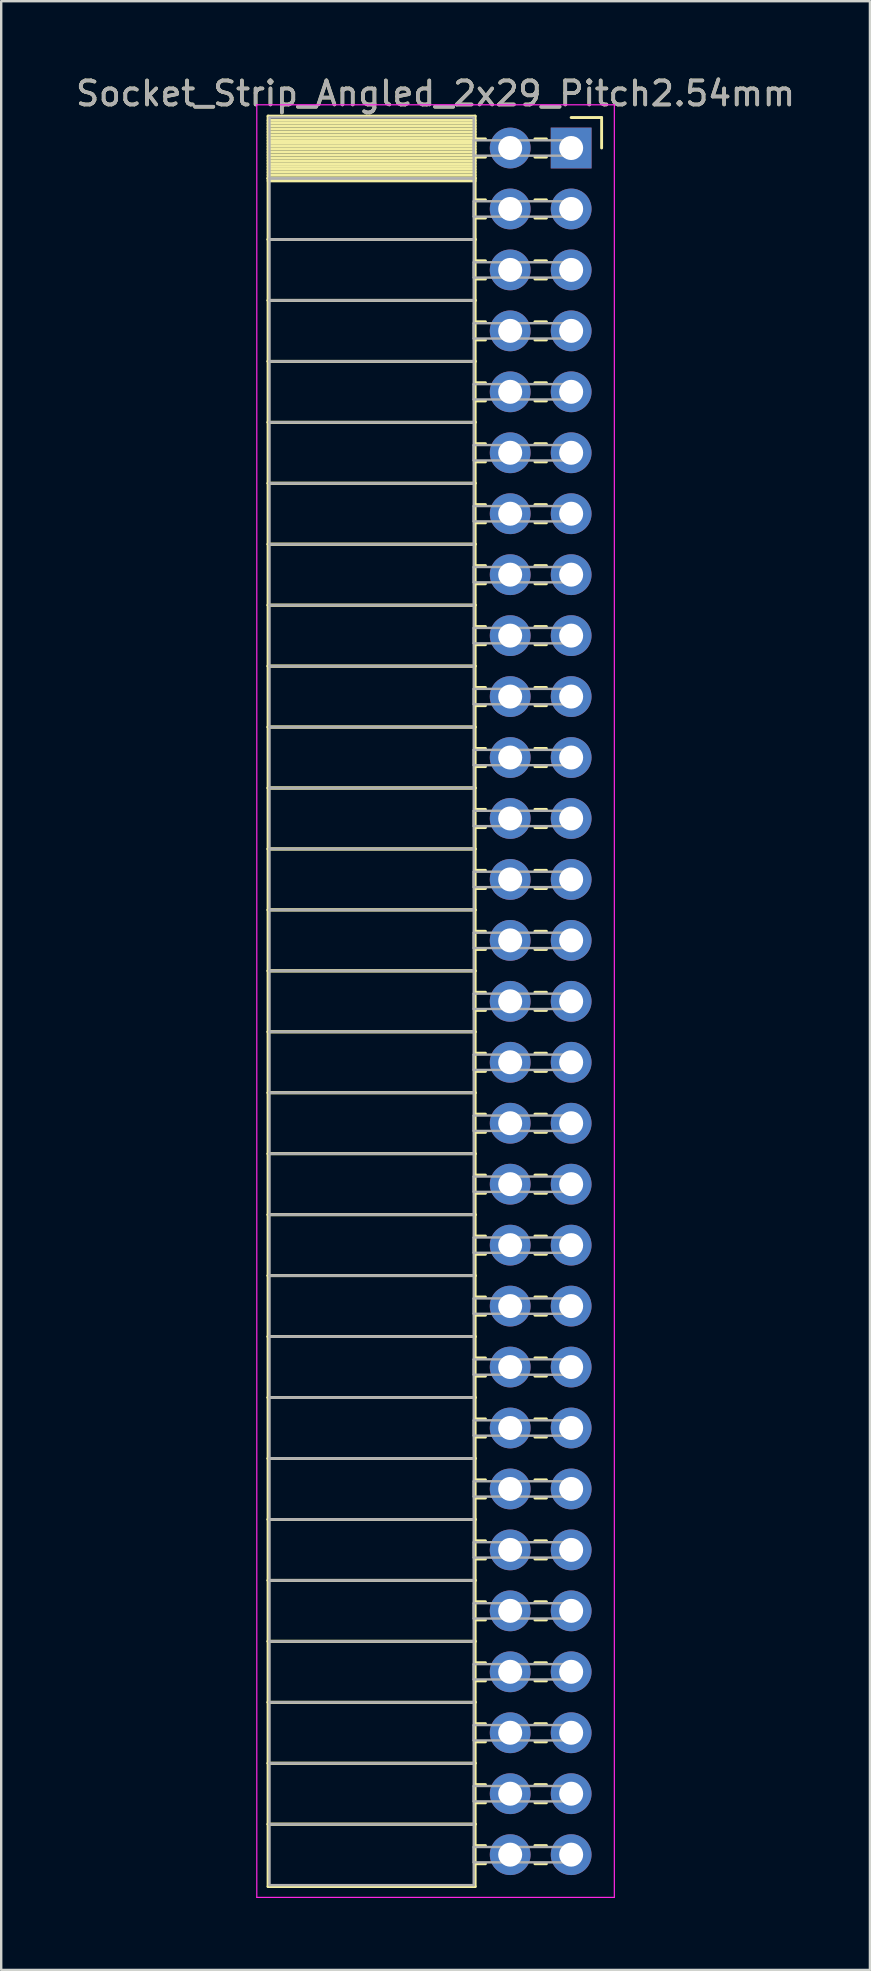
<source format=kicad_pcb>
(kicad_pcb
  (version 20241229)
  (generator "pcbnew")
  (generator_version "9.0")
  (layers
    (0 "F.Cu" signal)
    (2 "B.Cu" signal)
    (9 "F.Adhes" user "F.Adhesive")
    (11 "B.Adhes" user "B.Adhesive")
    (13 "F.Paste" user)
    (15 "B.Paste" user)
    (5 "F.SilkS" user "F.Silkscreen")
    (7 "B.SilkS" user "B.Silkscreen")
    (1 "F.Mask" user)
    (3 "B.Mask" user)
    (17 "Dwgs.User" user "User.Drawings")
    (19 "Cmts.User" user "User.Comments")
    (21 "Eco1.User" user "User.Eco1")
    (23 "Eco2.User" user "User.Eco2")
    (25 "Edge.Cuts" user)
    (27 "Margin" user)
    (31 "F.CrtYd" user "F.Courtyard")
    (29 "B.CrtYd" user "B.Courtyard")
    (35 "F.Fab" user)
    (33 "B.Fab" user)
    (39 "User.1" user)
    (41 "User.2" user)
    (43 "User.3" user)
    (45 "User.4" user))
  (footprint "Socket_Strip_Angled_2x29_Pitch2.54mm"
    (layer "F.Cu")
    (at 20.751 3.118)
    (property "Reference" "Socket_Strip_Angled_2x29_Pitch2.54mm" (at -5.65 -2.27 0) (layer "F.SilkS") (effects (font (size 1 1) (thickness 0.15))))
    (attr through_hole)
    (fp_line (start -12.63 -1.33) (end -4 -1.33) (stroke (width 0.12) (type solid)) (layer "F.SilkS"))
    (fp_line (start -12.63 1.27) (end -12.63 -1.33) (stroke (width 0.12) (type solid)) (layer "F.SilkS"))
    (fp_line (start -12.63 1.27) (end -4 1.27) (stroke (width 0.12) (type solid)) (layer "F.SilkS"))
    (fp_line (start -12.63 3.81) (end -12.63 1.27) (stroke (width 0.12) (type solid)) (layer "F.SilkS"))
    (fp_line (start -12.63 3.81) (end -4 3.81) (stroke (width 0.12) (type solid)) (layer "F.SilkS"))
    (fp_line (start -12.63 6.35) (end -12.63 3.81) (stroke (width 0.12) (type solid)) (layer "F.SilkS"))
    (fp_line (start -12.63 6.35) (end -4 6.35) (stroke (width 0.12) (type solid)) (layer "F.SilkS"))
    (fp_line (start -12.63 8.89) (end -12.63 6.35) (stroke (width 0.12) (type solid)) (layer "F.SilkS"))
    (fp_line (start -12.63 8.89) (end -4 8.89) (stroke (width 0.12) (type solid)) (layer "F.SilkS"))
    (fp_line (start -12.63 11.43) (end -12.63 8.89) (stroke (width 0.12) (type solid)) (layer "F.SilkS"))
    (fp_line (start -12.63 11.43) (end -4 11.43) (stroke (width 0.12) (type solid)) (layer "F.SilkS"))
    (fp_line (start -12.63 13.97) (end -12.63 11.43) (stroke (width 0.12) (type solid)) (layer "F.SilkS"))
    (fp_line (start -12.63 13.97) (end -4 13.97) (stroke (width 0.12) (type solid)) (layer "F.SilkS"))
    (fp_line (start -12.63 16.51) (end -12.63 13.97) (stroke (width 0.12) (type solid)) (layer "F.SilkS"))
    (fp_line (start -12.63 16.51) (end -4 16.51) (stroke (width 0.12) (type solid)) (layer "F.SilkS"))
    (fp_line (start -12.63 19.05) (end -12.63 16.51) (stroke (width 0.12) (type solid)) (layer "F.SilkS"))
    (fp_line (start -12.63 19.05) (end -4 19.05) (stroke (width 0.12) (type solid)) (layer "F.SilkS"))
    (fp_line (start -12.63 21.59) (end -12.63 19.05) (stroke (width 0.12) (type solid)) (layer "F.SilkS"))
    (fp_line (start -12.63 21.59) (end -4 21.59) (stroke (width 0.12) (type solid)) (layer "F.SilkS"))
    (fp_line (start -12.63 24.13) (end -12.63 21.59) (stroke (width 0.12) (type solid)) (layer "F.SilkS"))
    (fp_line (start -12.63 24.13) (end -4 24.13) (stroke (width 0.12) (type solid)) (layer "F.SilkS"))
    (fp_line (start -12.63 26.67) (end -12.63 24.13) (stroke (width 0.12) (type solid)) (layer "F.SilkS"))
    (fp_line (start -12.63 26.67) (end -4 26.67) (stroke (width 0.12) (type solid)) (layer "F.SilkS"))
    (fp_line (start -12.63 29.21) (end -12.63 26.67) (stroke (width 0.12) (type solid)) (layer "F.SilkS"))
    (fp_line (start -12.63 29.21) (end -4 29.21) (stroke (width 0.12) (type solid)) (layer "F.SilkS"))
    (fp_line (start -12.63 31.75) (end -12.63 29.21) (stroke (width 0.12) (type solid)) (layer "F.SilkS"))
    (fp_line (start -12.63 31.75) (end -4 31.75) (stroke (width 0.12) (type solid)) (layer "F.SilkS"))
    (fp_line (start -12.63 34.29) (end -12.63 31.75) (stroke (width 0.12) (type solid)) (layer "F.SilkS"))
    (fp_line (start -12.63 34.29) (end -4 34.29) (stroke (width 0.12) (type solid)) (layer "F.SilkS"))
    (fp_line (start -12.63 36.83) (end -12.63 34.29) (stroke (width 0.12) (type solid)) (layer "F.SilkS"))
    (fp_line (start -12.63 36.83) (end -4 36.83) (stroke (width 0.12) (type solid)) (layer "F.SilkS"))
    (fp_line (start -12.63 39.37) (end -12.63 36.83) (stroke (width 0.12) (type solid)) (layer "F.SilkS"))
    (fp_line (start -12.63 39.37) (end -4 39.37) (stroke (width 0.12) (type solid)) (layer "F.SilkS"))
    (fp_line (start -12.63 41.91) (end -12.63 39.37) (stroke (width 0.12) (type solid)) (layer "F.SilkS"))
    (fp_line (start -12.63 41.91) (end -4 41.91) (stroke (width 0.12) (type solid)) (layer "F.SilkS"))
    (fp_line (start -12.63 44.45) (end -12.63 41.91) (stroke (width 0.12) (type solid)) (layer "F.SilkS"))
    (fp_line (start -12.63 44.45) (end -4 44.45) (stroke (width 0.12) (type solid)) (layer "F.SilkS"))
    (fp_line (start -12.63 46.99) (end -12.63 44.45) (stroke (width 0.12) (type solid)) (layer "F.SilkS"))
    (fp_line (start -12.63 46.99) (end -4 46.99) (stroke (width 0.12) (type solid)) (layer "F.SilkS"))
    (fp_line (start -12.63 49.53) (end -12.63 46.99) (stroke (width 0.12) (type solid)) (layer "F.SilkS"))
    (fp_line (start -12.63 49.53) (end -4 49.53) (stroke (width 0.12) (type solid)) (layer "F.SilkS"))
    (fp_line (start -12.63 52.07) (end -12.63 49.53) (stroke (width 0.12) (type solid)) (layer "F.SilkS"))
    (fp_line (start -12.63 52.07) (end -4 52.07) (stroke (width 0.12) (type solid)) (layer "F.SilkS"))
    (fp_line (start -12.63 54.61) (end -12.63 52.07) (stroke (width 0.12) (type solid)) (layer "F.SilkS"))
    (fp_line (start -12.63 54.61) (end -4 54.61) (stroke (width 0.12) (type solid)) (layer "F.SilkS"))
    (fp_line (start -12.63 57.15) (end -12.63 54.61) (stroke (width 0.12) (type solid)) (layer "F.SilkS"))
    (fp_line (start -12.63 57.15) (end -4 57.15) (stroke (width 0.12) (type solid)) (layer "F.SilkS"))
    (fp_line (start -12.63 59.69) (end -12.63 57.15) (stroke (width 0.12) (type solid)) (layer "F.SilkS"))
    (fp_line (start -12.63 59.69) (end -4 59.69) (stroke (width 0.12) (type solid)) (layer "F.SilkS"))
    (fp_line (start -12.63 62.23) (end -12.63 59.69) (stroke (width 0.12) (type solid)) (layer "F.SilkS"))
    (fp_line (start -12.63 62.23) (end -4 62.23) (stroke (width 0.12) (type solid)) (layer "F.SilkS"))
    (fp_line (start -12.63 64.77) (end -12.63 62.23) (stroke (width 0.12) (type solid)) (layer "F.SilkS"))
    (fp_line (start -12.63 64.77) (end -4 64.77) (stroke (width 0.12) (type solid)) (layer "F.SilkS"))
    (fp_line (start -12.63 67.31) (end -12.63 64.77) (stroke (width 0.12) (type solid)) (layer "F.SilkS"))
    (fp_line (start -12.63 67.31) (end -4 67.31) (stroke (width 0.12) (type solid)) (layer "F.SilkS"))
    (fp_line (start -12.63 69.85) (end -12.63 67.31) (stroke (width 0.12) (type solid)) (layer "F.SilkS"))
    (fp_line (start -12.63 69.85) (end -4 69.85) (stroke (width 0.12) (type solid)) (layer "F.SilkS"))
    (fp_line (start -12.63 72.45) (end -12.63 69.85) (stroke (width 0.12) (type solid)) (layer "F.SilkS"))
    (fp_line (start -4 -1.33) (end -4 1.27) (stroke (width 0.12) (type solid)) (layer "F.SilkS"))
    (fp_line (start -4 -1.15) (end -12.63 -1.15) (stroke (width 0.12) (type solid)) (layer "F.SilkS"))
    (fp_line (start -4 -1.03) (end -12.63 -1.03) (stroke (width 0.12) (type solid)) (layer "F.SilkS"))
    (fp_line (start -4 -0.91) (end -12.63 -0.91) (stroke (width 0.12) (type solid)) (layer "F.SilkS"))
    (fp_line (start -4 -0.79) (end -12.63 -0.79) (stroke (width 0.12) (type solid)) (layer "F.SilkS"))
    (fp_line (start -4 -0.67) (end -12.63 -0.67) (stroke (width 0.12) (type solid)) (layer "F.SilkS"))
    (fp_line (start -4 -0.55) (end -12.63 -0.55) (stroke (width 0.12) (type solid)) (layer "F.SilkS"))
    (fp_line (start -4 -0.43) (end -12.63 -0.43) (stroke (width 0.12) (type solid)) (layer "F.SilkS"))
    (fp_line (start -4 -0.31) (end -12.63 -0.31) (stroke (width 0.12) (type solid)) (layer "F.SilkS"))
    (fp_line (start -4 -0.19) (end -12.63 -0.19) (stroke (width 0.12) (type solid)) (layer "F.SilkS"))
    (fp_line (start -4 -0.07) (end -12.63 -0.07) (stroke (width 0.12) (type solid)) (layer "F.SilkS"))
    (fp_line (start -4 0.05) (end -12.63 0.05) (stroke (width 0.12) (type solid)) (layer "F.SilkS"))
    (fp_line (start -4 0.17) (end -12.63 0.17) (stroke (width 0.12) (type solid)) (layer "F.SilkS"))
    (fp_line (start -4 0.29) (end -12.63 0.29) (stroke (width 0.12) (type solid)) (layer "F.SilkS"))
    (fp_line (start -4 0.41) (end -12.63 0.41) (stroke (width 0.12) (type solid)) (layer "F.SilkS"))
    (fp_line (start -4 0.53) (end -12.63 0.53) (stroke (width 0.12) (type solid)) (layer "F.SilkS"))
    (fp_line (start -4 0.65) (end -12.63 0.65) (stroke (width 0.12) (type solid)) (layer "F.SilkS"))
    (fp_line (start -4 0.77) (end -12.63 0.77) (stroke (width 0.12) (type solid)) (layer "F.SilkS"))
    (fp_line (start -4 0.89) (end -12.63 0.89) (stroke (width 0.12) (type solid)) (layer "F.SilkS"))
    (fp_line (start -4 1.01) (end -12.63 1.01) (stroke (width 0.12) (type solid)) (layer "F.SilkS"))
    (fp_line (start -4 1.13) (end -12.63 1.13) (stroke (width 0.12) (type solid)) (layer "F.SilkS"))
    (fp_line (start -4 1.25) (end -12.63 1.25) (stroke (width 0.12) (type solid)) (layer "F.SilkS"))
    (fp_line (start -4 1.27) (end -12.63 1.27) (stroke (width 0.12) (type solid)) (layer "F.SilkS"))
    (fp_line (start -4 1.27) (end -4 3.81) (stroke (width 0.12) (type solid)) (layer "F.SilkS"))
    (fp_line (start -4 1.37) (end -12.63 1.37) (stroke (width 0.12) (type solid)) (layer "F.SilkS"))
    (fp_line (start -4 3.81) (end -12.63 3.81) (stroke (width 0.12) (type solid)) (layer "F.SilkS"))
    (fp_line (start -4 3.81) (end -4 6.35) (stroke (width 0.12) (type solid)) (layer "F.SilkS"))
    (fp_line (start -4 6.35) (end -12.63 6.35) (stroke (width 0.12) (type solid)) (layer "F.SilkS"))
    (fp_line (start -4 6.35) (end -4 8.89) (stroke (width 0.12) (type solid)) (layer "F.SilkS"))
    (fp_line (start -4 8.89) (end -12.63 8.89) (stroke (width 0.12) (type solid)) (layer "F.SilkS"))
    (fp_line (start -4 8.89) (end -4 11.43) (stroke (width 0.12) (type solid)) (layer "F.SilkS"))
    (fp_line (start -4 11.43) (end -12.63 11.43) (stroke (width 0.12) (type solid)) (layer "F.SilkS"))
    (fp_line (start -4 11.43) (end -4 13.97) (stroke (width 0.12) (type solid)) (layer "F.SilkS"))
    (fp_line (start -4 13.97) (end -12.63 13.97) (stroke (width 0.12) (type solid)) (layer "F.SilkS"))
    (fp_line (start -4 13.97) (end -4 16.51) (stroke (width 0.12) (type solid)) (layer "F.SilkS"))
    (fp_line (start -4 16.51) (end -12.63 16.51) (stroke (width 0.12) (type solid)) (layer "F.SilkS"))
    (fp_line (start -4 16.51) (end -4 19.05) (stroke (width 0.12) (type solid)) (layer "F.SilkS"))
    (fp_line (start -4 19.05) (end -12.63 19.05) (stroke (width 0.12) (type solid)) (layer "F.SilkS"))
    (fp_line (start -4 19.05) (end -4 21.59) (stroke (width 0.12) (type solid)) (layer "F.SilkS"))
    (fp_line (start -4 21.59) (end -12.63 21.59) (stroke (width 0.12) (type solid)) (layer "F.SilkS"))
    (fp_line (start -4 21.59) (end -4 24.13) (stroke (width 0.12) (type solid)) (layer "F.SilkS"))
    (fp_line (start -4 24.13) (end -12.63 24.13) (stroke (width 0.12) (type solid)) (layer "F.SilkS"))
    (fp_line (start -4 24.13) (end -4 26.67) (stroke (width 0.12) (type solid)) (layer "F.SilkS"))
    (fp_line (start -4 26.67) (end -12.63 26.67) (stroke (width 0.12) (type solid)) (layer "F.SilkS"))
    (fp_line (start -4 26.67) (end -4 29.21) (stroke (width 0.12) (type solid)) (layer "F.SilkS"))
    (fp_line (start -4 29.21) (end -12.63 29.21) (stroke (width 0.12) (type solid)) (layer "F.SilkS"))
    (fp_line (start -4 29.21) (end -4 31.75) (stroke (width 0.12) (type solid)) (layer "F.SilkS"))
    (fp_line (start -4 31.75) (end -12.63 31.75) (stroke (width 0.12) (type solid)) (layer "F.SilkS"))
    (fp_line (start -4 31.75) (end -4 34.29) (stroke (width 0.12) (type solid)) (layer "F.SilkS"))
    (fp_line (start -4 34.29) (end -12.63 34.29) (stroke (width 0.12) (type solid)) (layer "F.SilkS"))
    (fp_line (start -4 34.29) (end -4 36.83) (stroke (width 0.12) (type solid)) (layer "F.SilkS"))
    (fp_line (start -4 36.83) (end -12.63 36.83) (stroke (width 0.12) (type solid)) (layer "F.SilkS"))
    (fp_line (start -4 36.83) (end -4 39.37) (stroke (width 0.12) (type solid)) (layer "F.SilkS"))
    (fp_line (start -4 39.37) (end -12.63 39.37) (stroke (width 0.12) (type solid)) (layer "F.SilkS"))
    (fp_line (start -4 39.37) (end -4 41.91) (stroke (width 0.12) (type solid)) (layer "F.SilkS"))
    (fp_line (start -4 41.91) (end -12.63 41.91) (stroke (width 0.12) (type solid)) (layer "F.SilkS"))
    (fp_line (start -4 41.91) (end -4 44.45) (stroke (width 0.12) (type solid)) (layer "F.SilkS"))
    (fp_line (start -4 44.45) (end -12.63 44.45) (stroke (width 0.12) (type solid)) (layer "F.SilkS"))
    (fp_line (start -4 44.45) (end -4 46.99) (stroke (width 0.12) (type solid)) (layer "F.SilkS"))
    (fp_line (start -4 46.99) (end -12.63 46.99) (stroke (width 0.12) (type solid)) (layer "F.SilkS"))
    (fp_line (start -4 46.99) (end -4 49.53) (stroke (width 0.12) (type solid)) (layer "F.SilkS"))
    (fp_line (start -4 49.53) (end -12.63 49.53) (stroke (width 0.12) (type solid)) (layer "F.SilkS"))
    (fp_line (start -4 49.53) (end -4 52.07) (stroke (width 0.12) (type solid)) (layer "F.SilkS"))
    (fp_line (start -4 52.07) (end -12.63 52.07) (stroke (width 0.12) (type solid)) (layer "F.SilkS"))
    (fp_line (start -4 52.07) (end -4 54.61) (stroke (width 0.12) (type solid)) (layer "F.SilkS"))
    (fp_line (start -4 54.61) (end -12.63 54.61) (stroke (width 0.12) (type solid)) (layer "F.SilkS"))
    (fp_line (start -4 54.61) (end -4 57.15) (stroke (width 0.12) (type solid)) (layer "F.SilkS"))
    (fp_line (start -4 57.15) (end -12.63 57.15) (stroke (width 0.12) (type solid)) (layer "F.SilkS"))
    (fp_line (start -4 57.15) (end -4 59.69) (stroke (width 0.12) (type solid)) (layer "F.SilkS"))
    (fp_line (start -4 59.69) (end -12.63 59.69) (stroke (width 0.12) (type solid)) (layer "F.SilkS"))
    (fp_line (start -4 59.69) (end -4 62.23) (stroke (width 0.12) (type solid)) (layer "F.SilkS"))
    (fp_line (start -4 62.23) (end -12.63 62.23) (stroke (width 0.12) (type solid)) (layer "F.SilkS"))
    (fp_line (start -4 62.23) (end -4 64.77) (stroke (width 0.12) (type solid)) (layer "F.SilkS"))
    (fp_line (start -4 64.77) (end -12.63 64.77) (stroke (width 0.12) (type solid)) (layer "F.SilkS"))
    (fp_line (start -4 64.77) (end -4 67.31) (stroke (width 0.12) (type solid)) (layer "F.SilkS"))
    (fp_line (start -4 67.31) (end -12.63 67.31) (stroke (width 0.12) (type solid)) (layer "F.SilkS"))
    (fp_line (start -4 67.31) (end -4 69.85) (stroke (width 0.12) (type solid)) (layer "F.SilkS"))
    (fp_line (start -4 69.85) (end -12.63 69.85) (stroke (width 0.12) (type solid)) (layer "F.SilkS"))
    (fp_line (start -4 69.85) (end -4 72.45) (stroke (width 0.12) (type solid)) (layer "F.SilkS"))
    (fp_line (start -4 72.45) (end -12.63 72.45) (stroke (width 0.12) (type solid)) (layer "F.SilkS"))
    (fp_line (start -3.57 -0.38) (end -4 -0.38) (stroke (width 0.12) (type solid)) (layer "F.SilkS"))
    (fp_line (start -3.57 0.38) (end -4 0.38) (stroke (width 0.12) (type solid)) (layer "F.SilkS"))
    (fp_line (start -3.57 2.16) (end -4 2.16) (stroke (width 0.12) (type solid)) (layer "F.SilkS"))
    (fp_line (start -3.57 2.92) (end -4 2.92) (stroke (width 0.12) (type solid)) (layer "F.SilkS"))
    (fp_line (start -3.57 4.7) (end -4 4.7) (stroke (width 0.12) (type solid)) (layer "F.SilkS"))
    (fp_line (start -3.57 5.46) (end -4 5.46) (stroke (width 0.12) (type solid)) (layer "F.SilkS"))
    (fp_line (start -3.57 7.24) (end -4 7.24) (stroke (width 0.12) (type solid)) (layer "F.SilkS"))
    (fp_line (start -3.57 8) (end -4 8) (stroke (width 0.12) (type solid)) (layer "F.SilkS"))
    (fp_line (start -3.57 9.78) (end -4 9.78) (stroke (width 0.12) (type solid)) (layer "F.SilkS"))
    (fp_line (start -3.57 10.54) (end -4 10.54) (stroke (width 0.12) (type solid)) (layer "F.SilkS"))
    (fp_line (start -3.57 12.32) (end -4 12.32) (stroke (width 0.12) (type solid)) (layer "F.SilkS"))
    (fp_line (start -3.57 13.08) (end -4 13.08) (stroke (width 0.12) (type solid)) (layer "F.SilkS"))
    (fp_line (start -3.57 14.86) (end -4 14.86) (stroke (width 0.12) (type solid)) (layer "F.SilkS"))
    (fp_line (start -3.57 15.62) (end -4 15.62) (stroke (width 0.12) (type solid)) (layer "F.SilkS"))
    (fp_line (start -3.57 17.4) (end -4 17.4) (stroke (width 0.12) (type solid)) (layer "F.SilkS"))
    (fp_line (start -3.57 18.16) (end -4 18.16) (stroke (width 0.12) (type solid)) (layer "F.SilkS"))
    (fp_line (start -3.57 19.94) (end -4 19.94) (stroke (width 0.12) (type solid)) (layer "F.SilkS"))
    (fp_line (start -3.57 20.7) (end -4 20.7) (stroke (width 0.12) (type solid)) (layer "F.SilkS"))
    (fp_line (start -3.57 22.48) (end -4 22.48) (stroke (width 0.12) (type solid)) (layer "F.SilkS"))
    (fp_line (start -3.57 23.24) (end -4 23.24) (stroke (width 0.12) (type solid)) (layer "F.SilkS"))
    (fp_line (start -3.57 25.02) (end -4 25.02) (stroke (width 0.12) (type solid)) (layer "F.SilkS"))
    (fp_line (start -3.57 25.78) (end -4 25.78) (stroke (width 0.12) (type solid)) (layer "F.SilkS"))
    (fp_line (start -3.57 27.56) (end -4 27.56) (stroke (width 0.12) (type solid)) (layer "F.SilkS"))
    (fp_line (start -3.57 28.32) (end -4 28.32) (stroke (width 0.12) (type solid)) (layer "F.SilkS"))
    (fp_line (start -3.57 30.1) (end -4 30.1) (stroke (width 0.12) (type solid)) (layer "F.SilkS"))
    (fp_line (start -3.57 30.86) (end -4 30.86) (stroke (width 0.12) (type solid)) (layer "F.SilkS"))
    (fp_line (start -3.57 32.64) (end -4 32.64) (stroke (width 0.12) (type solid)) (layer "F.SilkS"))
    (fp_line (start -3.57 33.4) (end -4 33.4) (stroke (width 0.12) (type solid)) (layer "F.SilkS"))
    (fp_line (start -3.57 35.18) (end -4 35.18) (stroke (width 0.12) (type solid)) (layer "F.SilkS"))
    (fp_line (start -3.57 35.94) (end -4 35.94) (stroke (width 0.12) (type solid)) (layer "F.SilkS"))
    (fp_line (start -3.57 37.72) (end -4 37.72) (stroke (width 0.12) (type solid)) (layer "F.SilkS"))
    (fp_line (start -3.57 38.48) (end -4 38.48) (stroke (width 0.12) (type solid)) (layer "F.SilkS"))
    (fp_line (start -3.57 40.26) (end -4 40.26) (stroke (width 0.12) (type solid)) (layer "F.SilkS"))
    (fp_line (start -3.57 41.02) (end -4 41.02) (stroke (width 0.12) (type solid)) (layer "F.SilkS"))
    (fp_line (start -3.57 42.8) (end -4 42.8) (stroke (width 0.12) (type solid)) (layer "F.SilkS"))
    (fp_line (start -3.57 43.56) (end -4 43.56) (stroke (width 0.12) (type solid)) (layer "F.SilkS"))
    (fp_line (start -3.57 45.34) (end -4 45.34) (stroke (width 0.12) (type solid)) (layer "F.SilkS"))
    (fp_line (start -3.57 46.1) (end -4 46.1) (stroke (width 0.12) (type solid)) (layer "F.SilkS"))
    (fp_line (start -3.57 47.88) (end -4 47.88) (stroke (width 0.12) (type solid)) (layer "F.SilkS"))
    (fp_line (start -3.57 48.64) (end -4 48.64) (stroke (width 0.12) (type solid)) (layer "F.SilkS"))
    (fp_line (start -3.57 50.42) (end -4 50.42) (stroke (width 0.12) (type solid)) (layer "F.SilkS"))
    (fp_line (start -3.57 51.18) (end -4 51.18) (stroke (width 0.12) (type solid)) (layer "F.SilkS"))
    (fp_line (start -3.57 52.96) (end -4 52.96) (stroke (width 0.12) (type solid)) (layer "F.SilkS"))
    (fp_line (start -3.57 53.72) (end -4 53.72) (stroke (width 0.12) (type solid)) (layer "F.SilkS"))
    (fp_line (start -3.57 55.5) (end -4 55.5) (stroke (width 0.12) (type solid)) (layer "F.SilkS"))
    (fp_line (start -3.57 56.26) (end -4 56.26) (stroke (width 0.12) (type solid)) (layer "F.SilkS"))
    (fp_line (start -3.57 58.04) (end -4 58.04) (stroke (width 0.12) (type solid)) (layer "F.SilkS"))
    (fp_line (start -3.57 58.8) (end -4 58.8) (stroke (width 0.12) (type solid)) (layer "F.SilkS"))
    (fp_line (start -3.57 60.58) (end -4 60.58) (stroke (width 0.12) (type solid)) (layer "F.SilkS"))
    (fp_line (start -3.57 61.34) (end -4 61.34) (stroke (width 0.12) (type solid)) (layer "F.SilkS"))
    (fp_line (start -3.57 63.12) (end -4 63.12) (stroke (width 0.12) (type solid)) (layer "F.SilkS"))
    (fp_line (start -3.57 63.88) (end -4 63.88) (stroke (width 0.12) (type solid)) (layer "F.SilkS"))
    (fp_line (start -3.57 65.66) (end -4 65.66) (stroke (width 0.12) (type solid)) (layer "F.SilkS"))
    (fp_line (start -3.57 66.42) (end -4 66.42) (stroke (width 0.12) (type solid)) (layer "F.SilkS"))
    (fp_line (start -3.57 68.2) (end -4 68.2) (stroke (width 0.12) (type solid)) (layer "F.SilkS"))
    (fp_line (start -3.57 68.96) (end -4 68.96) (stroke (width 0.12) (type solid)) (layer "F.SilkS"))
    (fp_line (start -3.57 70.74) (end -4 70.74) (stroke (width 0.12) (type solid)) (layer "F.SilkS"))
    (fp_line (start -3.57 71.5) (end -4 71.5) (stroke (width 0.12) (type solid)) (layer "F.SilkS"))
    (fp_line (start -1.03 -0.38) (end -1.51 -0.38) (stroke (width 0.12) (type solid)) (layer "F.SilkS"))
    (fp_line (start -1.03 0.38) (end -1.51 0.38) (stroke (width 0.12) (type solid)) (layer "F.SilkS"))
    (fp_line (start -1.03 2.16) (end -1.51 2.16) (stroke (width 0.12) (type solid)) (layer "F.SilkS"))
    (fp_line (start -1.03 2.92) (end -1.51 2.92) (stroke (width 0.12) (type solid)) (layer "F.SilkS"))
    (fp_line (start -1.03 4.7) (end -1.51 4.7) (stroke (width 0.12) (type solid)) (layer "F.SilkS"))
    (fp_line (start -1.03 5.46) (end -1.51 5.46) (stroke (width 0.12) (type solid)) (layer "F.SilkS"))
    (fp_line (start -1.03 7.24) (end -1.51 7.24) (stroke (width 0.12) (type solid)) (layer "F.SilkS"))
    (fp_line (start -1.03 8) (end -1.51 8) (stroke (width 0.12) (type solid)) (layer "F.SilkS"))
    (fp_line (start -1.03 9.78) (end -1.51 9.78) (stroke (width 0.12) (type solid)) (layer "F.SilkS"))
    (fp_line (start -1.03 10.54) (end -1.51 10.54) (stroke (width 0.12) (type solid)) (layer "F.SilkS"))
    (fp_line (start -1.03 12.32) (end -1.51 12.32) (stroke (width 0.12) (type solid)) (layer "F.SilkS"))
    (fp_line (start -1.03 13.08) (end -1.51 13.08) (stroke (width 0.12) (type solid)) (layer "F.SilkS"))
    (fp_line (start -1.03 14.86) (end -1.51 14.86) (stroke (width 0.12) (type solid)) (layer "F.SilkS"))
    (fp_line (start -1.03 15.62) (end -1.51 15.62) (stroke (width 0.12) (type solid)) (layer "F.SilkS"))
    (fp_line (start -1.03 17.4) (end -1.51 17.4) (stroke (width 0.12) (type solid)) (layer "F.SilkS"))
    (fp_line (start -1.03 18.16) (end -1.51 18.16) (stroke (width 0.12) (type solid)) (layer "F.SilkS"))
    (fp_line (start -1.03 19.94) (end -1.51 19.94) (stroke (width 0.12) (type solid)) (layer "F.SilkS"))
    (fp_line (start -1.03 20.7) (end -1.51 20.7) (stroke (width 0.12) (type solid)) (layer "F.SilkS"))
    (fp_line (start -1.03 22.48) (end -1.51 22.48) (stroke (width 0.12) (type solid)) (layer "F.SilkS"))
    (fp_line (start -1.03 23.24) (end -1.51 23.24) (stroke (width 0.12) (type solid)) (layer "F.SilkS"))
    (fp_line (start -1.03 25.02) (end -1.51 25.02) (stroke (width 0.12) (type solid)) (layer "F.SilkS"))
    (fp_line (start -1.03 25.78) (end -1.51 25.78) (stroke (width 0.12) (type solid)) (layer "F.SilkS"))
    (fp_line (start -1.03 27.56) (end -1.51 27.56) (stroke (width 0.12) (type solid)) (layer "F.SilkS"))
    (fp_line (start -1.03 28.32) (end -1.51 28.32) (stroke (width 0.12) (type solid)) (layer "F.SilkS"))
    (fp_line (start -1.03 30.1) (end -1.51 30.1) (stroke (width 0.12) (type solid)) (layer "F.SilkS"))
    (fp_line (start -1.03 30.86) (end -1.51 30.86) (stroke (width 0.12) (type solid)) (layer "F.SilkS"))
    (fp_line (start -1.03 32.64) (end -1.51 32.64) (stroke (width 0.12) (type solid)) (layer "F.SilkS"))
    (fp_line (start -1.03 33.4) (end -1.51 33.4) (stroke (width 0.12) (type solid)) (layer "F.SilkS"))
    (fp_line (start -1.03 35.18) (end -1.51 35.18) (stroke (width 0.12) (type solid)) (layer "F.SilkS"))
    (fp_line (start -1.03 35.94) (end -1.51 35.94) (stroke (width 0.12) (type solid)) (layer "F.SilkS"))
    (fp_line (start -1.03 37.72) (end -1.51 37.72) (stroke (width 0.12) (type solid)) (layer "F.SilkS"))
    (fp_line (start -1.03 38.48) (end -1.51 38.48) (stroke (width 0.12) (type solid)) (layer "F.SilkS"))
    (fp_line (start -1.03 40.26) (end -1.51 40.26) (stroke (width 0.12) (type solid)) (layer "F.SilkS"))
    (fp_line (start -1.03 41.02) (end -1.51 41.02) (stroke (width 0.12) (type solid)) (layer "F.SilkS"))
    (fp_line (start -1.03 42.8) (end -1.51 42.8) (stroke (width 0.12) (type solid)) (layer "F.SilkS"))
    (fp_line (start -1.03 43.56) (end -1.51 43.56) (stroke (width 0.12) (type solid)) (layer "F.SilkS"))
    (fp_line (start -1.03 45.34) (end -1.51 45.34) (stroke (width 0.12) (type solid)) (layer "F.SilkS"))
    (fp_line (start -1.03 46.1) (end -1.51 46.1) (stroke (width 0.12) (type solid)) (layer "F.SilkS"))
    (fp_line (start -1.03 47.88) (end -1.51 47.88) (stroke (width 0.12) (type solid)) (layer "F.SilkS"))
    (fp_line (start -1.03 48.64) (end -1.51 48.64) (stroke (width 0.12) (type solid)) (layer "F.SilkS"))
    (fp_line (start -1.03 50.42) (end -1.51 50.42) (stroke (width 0.12) (type solid)) (layer "F.SilkS"))
    (fp_line (start -1.03 51.18) (end -1.51 51.18) (stroke (width 0.12) (type solid)) (layer "F.SilkS"))
    (fp_line (start -1.03 52.96) (end -1.51 52.96) (stroke (width 0.12) (type solid)) (layer "F.SilkS"))
    (fp_line (start -1.03 53.72) (end -1.51 53.72) (stroke (width 0.12) (type solid)) (layer "F.SilkS"))
    (fp_line (start -1.03 55.5) (end -1.51 55.5) (stroke (width 0.12) (type solid)) (layer "F.SilkS"))
    (fp_line (start -1.03 56.26) (end -1.51 56.26) (stroke (width 0.12) (type solid)) (layer "F.SilkS"))
    (fp_line (start -1.03 58.04) (end -1.51 58.04) (stroke (width 0.12) (type solid)) (layer "F.SilkS"))
    (fp_line (start -1.03 58.8) (end -1.51 58.8) (stroke (width 0.12) (type solid)) (layer "F.SilkS"))
    (fp_line (start -1.03 60.58) (end -1.51 60.58) (stroke (width 0.12) (type solid)) (layer "F.SilkS"))
    (fp_line (start -1.03 61.34) (end -1.51 61.34) (stroke (width 0.12) (type solid)) (layer "F.SilkS"))
    (fp_line (start -1.03 63.12) (end -1.51 63.12) (stroke (width 0.12) (type solid)) (layer "F.SilkS"))
    (fp_line (start -1.03 63.88) (end -1.51 63.88) (stroke (width 0.12) (type solid)) (layer "F.SilkS"))
    (fp_line (start -1.03 65.66) (end -1.51 65.66) (stroke (width 0.12) (type solid)) (layer "F.SilkS"))
    (fp_line (start -1.03 66.42) (end -1.51 66.42) (stroke (width 0.12) (type solid)) (layer "F.SilkS"))
    (fp_line (start -1.03 68.2) (end -1.51 68.2) (stroke (width 0.12) (type solid)) (layer "F.SilkS"))
    (fp_line (start -1.03 68.96) (end -1.51 68.96) (stroke (width 0.12) (type solid)) (layer "F.SilkS"))
    (fp_line (start -1.03 70.74) (end -1.51 70.74) (stroke (width 0.12) (type solid)) (layer "F.SilkS"))
    (fp_line (start -1.03 71.5) (end -1.51 71.5) (stroke (width 0.12) (type solid)) (layer "F.SilkS"))
    (fp_line (start 0 -1.27) (end 1.27 -1.27) (stroke (width 0.12) (type solid)) (layer "F.SilkS"))
    (fp_line (start 1.27 -1.27) (end 1.27 0) (stroke (width 0.12) (type solid)) (layer "F.SilkS"))
    (fp_line (start -13.1 -1.8) (end 1.8 -1.8) (stroke (width 0.05) (type solid)) (layer "F.CrtYd"))
    (fp_line (start -13.1 72.9) (end -13.1 -1.8) (stroke (width 0.05) (type solid)) (layer "F.CrtYd"))
    (fp_line (start 1.8 -1.8) (end 1.8 72.9) (stroke (width 0.05) (type solid)) (layer "F.CrtYd"))
    (fp_line (start 1.8 72.9) (end -13.1 72.9) (stroke (width 0.05) (type solid)) (layer "F.CrtYd"))
    (fp_line (start -12.57 -1.27) (end -4.06 -1.27) (stroke (width 0.1) (type solid)) (layer "F.Fab"))
    (fp_line (start -12.57 1.27) (end -12.57 -1.27) (stroke (width 0.1) (type solid)) (layer "F.Fab"))
    (fp_line (start -12.57 1.27) (end -4.06 1.27) (stroke (width 0.1) (type solid)) (layer "F.Fab"))
    (fp_line (start -12.57 3.81) (end -12.57 1.27) (stroke (width 0.1) (type solid)) (layer "F.Fab"))
    (fp_line (start -12.57 3.81) (end -4.06 3.81) (stroke (width 0.1) (type solid)) (layer "F.Fab"))
    (fp_line (start -12.57 6.35) (end -12.57 3.81) (stroke (width 0.1) (type solid)) (layer "F.Fab"))
    (fp_line (start -12.57 6.35) (end -4.06 6.35) (stroke (width 0.1) (type solid)) (layer "F.Fab"))
    (fp_line (start -12.57 8.89) (end -12.57 6.35) (stroke (width 0.1) (type solid)) (layer "F.Fab"))
    (fp_line (start -12.57 8.89) (end -4.06 8.89) (stroke (width 0.1) (type solid)) (layer "F.Fab"))
    (fp_line (start -12.57 11.43) (end -12.57 8.89) (stroke (width 0.1) (type solid)) (layer "F.Fab"))
    (fp_line (start -12.57 11.43) (end -4.06 11.43) (stroke (width 0.1) (type solid)) (layer "F.Fab"))
    (fp_line (start -12.57 13.97) (end -12.57 11.43) (stroke (width 0.1) (type solid)) (layer "F.Fab"))
    (fp_line (start -12.57 13.97) (end -4.06 13.97) (stroke (width 0.1) (type solid)) (layer "F.Fab"))
    (fp_line (start -12.57 16.51) (end -12.57 13.97) (stroke (width 0.1) (type solid)) (layer "F.Fab"))
    (fp_line (start -12.57 16.51) (end -4.06 16.51) (stroke (width 0.1) (type solid)) (layer "F.Fab"))
    (fp_line (start -12.57 19.05) (end -12.57 16.51) (stroke (width 0.1) (type solid)) (layer "F.Fab"))
    (fp_line (start -12.57 19.05) (end -4.06 19.05) (stroke (width 0.1) (type solid)) (layer "F.Fab"))
    (fp_line (start -12.57 21.59) (end -12.57 19.05) (stroke (width 0.1) (type solid)) (layer "F.Fab"))
    (fp_line (start -12.57 21.59) (end -4.06 21.59) (stroke (width 0.1) (type solid)) (layer "F.Fab"))
    (fp_line (start -12.57 24.13) (end -12.57 21.59) (stroke (width 0.1) (type solid)) (layer "F.Fab"))
    (fp_line (start -12.57 24.13) (end -4.06 24.13) (stroke (width 0.1) (type solid)) (layer "F.Fab"))
    (fp_line (start -12.57 26.67) (end -12.57 24.13) (stroke (width 0.1) (type solid)) (layer "F.Fab"))
    (fp_line (start -12.57 26.67) (end -4.06 26.67) (stroke (width 0.1) (type solid)) (layer "F.Fab"))
    (fp_line (start -12.57 29.21) (end -12.57 26.67) (stroke (width 0.1) (type solid)) (layer "F.Fab"))
    (fp_line (start -12.57 29.21) (end -4.06 29.21) (stroke (width 0.1) (type solid)) (layer "F.Fab"))
    (fp_line (start -12.57 31.75) (end -12.57 29.21) (stroke (width 0.1) (type solid)) (layer "F.Fab"))
    (fp_line (start -12.57 31.75) (end -4.06 31.75) (stroke (width 0.1) (type solid)) (layer "F.Fab"))
    (fp_line (start -12.57 34.29) (end -12.57 31.75) (stroke (width 0.1) (type solid)) (layer "F.Fab"))
    (fp_line (start -12.57 34.29) (end -4.06 34.29) (stroke (width 0.1) (type solid)) (layer "F.Fab"))
    (fp_line (start -12.57 36.83) (end -12.57 34.29) (stroke (width 0.1) (type solid)) (layer "F.Fab"))
    (fp_line (start -12.57 36.83) (end -4.06 36.83) (stroke (width 0.1) (type solid)) (layer "F.Fab"))
    (fp_line (start -12.57 39.37) (end -12.57 36.83) (stroke (width 0.1) (type solid)) (layer "F.Fab"))
    (fp_line (start -12.57 39.37) (end -4.06 39.37) (stroke (width 0.1) (type solid)) (layer "F.Fab"))
    (fp_line (start -12.57 41.91) (end -12.57 39.37) (stroke (width 0.1) (type solid)) (layer "F.Fab"))
    (fp_line (start -12.57 41.91) (end -4.06 41.91) (stroke (width 0.1) (type solid)) (layer "F.Fab"))
    (fp_line (start -12.57 44.45) (end -12.57 41.91) (stroke (width 0.1) (type solid)) (layer "F.Fab"))
    (fp_line (start -12.57 44.45) (end -4.06 44.45) (stroke (width 0.1) (type solid)) (layer "F.Fab"))
    (fp_line (start -12.57 46.99) (end -12.57 44.45) (stroke (width 0.1) (type solid)) (layer "F.Fab"))
    (fp_line (start -12.57 46.99) (end -4.06 46.99) (stroke (width 0.1) (type solid)) (layer "F.Fab"))
    (fp_line (start -12.57 49.53) (end -12.57 46.99) (stroke (width 0.1) (type solid)) (layer "F.Fab"))
    (fp_line (start -12.57 49.53) (end -4.06 49.53) (stroke (width 0.1) (type solid)) (layer "F.Fab"))
    (fp_line (start -12.57 52.07) (end -12.57 49.53) (stroke (width 0.1) (type solid)) (layer "F.Fab"))
    (fp_line (start -12.57 52.07) (end -4.06 52.07) (stroke (width 0.1) (type solid)) (layer "F.Fab"))
    (fp_line (start -12.57 54.61) (end -12.57 52.07) (stroke (width 0.1) (type solid)) (layer "F.Fab"))
    (fp_line (start -12.57 54.61) (end -4.06 54.61) (stroke (width 0.1) (type solid)) (layer "F.Fab"))
    (fp_line (start -12.57 57.15) (end -12.57 54.61) (stroke (width 0.1) (type solid)) (layer "F.Fab"))
    (fp_line (start -12.57 57.15) (end -4.06 57.15) (stroke (width 0.1) (type solid)) (layer "F.Fab"))
    (fp_line (start -12.57 59.69) (end -12.57 57.15) (stroke (width 0.1) (type solid)) (layer "F.Fab"))
    (fp_line (start -12.57 59.69) (end -4.06 59.69) (stroke (width 0.1) (type solid)) (layer "F.Fab"))
    (fp_line (start -12.57 62.23) (end -12.57 59.69) (stroke (width 0.1) (type solid)) (layer "F.Fab"))
    (fp_line (start -12.57 62.23) (end -4.06 62.23) (stroke (width 0.1) (type solid)) (layer "F.Fab"))
    (fp_line (start -12.57 64.77) (end -12.57 62.23) (stroke (width 0.1) (type solid)) (layer "F.Fab"))
    (fp_line (start -12.57 64.77) (end -4.06 64.77) (stroke (width 0.1) (type solid)) (layer "F.Fab"))
    (fp_line (start -12.57 67.31) (end -12.57 64.77) (stroke (width 0.1) (type solid)) (layer "F.Fab"))
    (fp_line (start -12.57 67.31) (end -4.06 67.31) (stroke (width 0.1) (type solid)) (layer "F.Fab"))
    (fp_line (start -12.57 69.85) (end -12.57 67.31) (stroke (width 0.1) (type solid)) (layer "F.Fab"))
    (fp_line (start -12.57 69.85) (end -4.06 69.85) (stroke (width 0.1) (type solid)) (layer "F.Fab"))
    (fp_line (start -12.57 72.39) (end -12.57 69.85) (stroke (width 0.1) (type solid)) (layer "F.Fab"))
    (fp_line (start -4.06 -1.27) (end -4.06 1.27) (stroke (width 0.1) (type solid)) (layer "F.Fab"))
    (fp_line (start -4.06 -0.32) (end 0 -0.32) (stroke (width 0.1) (type solid)) (layer "F.Fab"))
    (fp_line (start -4.06 0.32) (end -4.06 -0.32) (stroke (width 0.1) (type solid)) (layer "F.Fab"))
    (fp_line (start -4.06 1.27) (end -12.57 1.27) (stroke (width 0.1) (type solid)) (layer "F.Fab"))
    (fp_line (start -4.06 1.27) (end -4.06 3.81) (stroke (width 0.1) (type solid)) (layer "F.Fab"))
    (fp_line (start -4.06 2.22) (end 0 2.22) (stroke (width 0.1) (type solid)) (layer "F.Fab"))
    (fp_line (start -4.06 2.86) (end -4.06 2.22) (stroke (width 0.1) (type solid)) (layer "F.Fab"))
    (fp_line (start -4.06 3.81) (end -12.57 3.81) (stroke (width 0.1) (type solid)) (layer "F.Fab"))
    (fp_line (start -4.06 3.81) (end -4.06 6.35) (stroke (width 0.1) (type solid)) (layer "F.Fab"))
    (fp_line (start -4.06 4.76) (end 0 4.76) (stroke (width 0.1) (type solid)) (layer "F.Fab"))
    (fp_line (start -4.06 5.4) (end -4.06 4.76) (stroke (width 0.1) (type solid)) (layer "F.Fab"))
    (fp_line (start -4.06 6.35) (end -12.57 6.35) (stroke (width 0.1) (type solid)) (layer "F.Fab"))
    (fp_line (start -4.06 6.35) (end -4.06 8.89) (stroke (width 0.1) (type solid)) (layer "F.Fab"))
    (fp_line (start -4.06 7.3) (end 0 7.3) (stroke (width 0.1) (type solid)) (layer "F.Fab"))
    (fp_line (start -4.06 7.94) (end -4.06 7.3) (stroke (width 0.1) (type solid)) (layer "F.Fab"))
    (fp_line (start -4.06 8.89) (end -12.57 8.89) (stroke (width 0.1) (type solid)) (layer "F.Fab"))
    (fp_line (start -4.06 8.89) (end -4.06 11.43) (stroke (width 0.1) (type solid)) (layer "F.Fab"))
    (fp_line (start -4.06 9.84) (end 0 9.84) (stroke (width 0.1) (type solid)) (layer "F.Fab"))
    (fp_line (start -4.06 10.48) (end -4.06 9.84) (stroke (width 0.1) (type solid)) (layer "F.Fab"))
    (fp_line (start -4.06 11.43) (end -12.57 11.43) (stroke (width 0.1) (type solid)) (layer "F.Fab"))
    (fp_line (start -4.06 11.43) (end -4.06 13.97) (stroke (width 0.1) (type solid)) (layer "F.Fab"))
    (fp_line (start -4.06 12.38) (end 0 12.38) (stroke (width 0.1) (type solid)) (layer "F.Fab"))
    (fp_line (start -4.06 13.02) (end -4.06 12.38) (stroke (width 0.1) (type solid)) (layer "F.Fab"))
    (fp_line (start -4.06 13.97) (end -12.57 13.97) (stroke (width 0.1) (type solid)) (layer "F.Fab"))
    (fp_line (start -4.06 13.97) (end -4.06 16.51) (stroke (width 0.1) (type solid)) (layer "F.Fab"))
    (fp_line (start -4.06 14.92) (end 0 14.92) (stroke (width 0.1) (type solid)) (layer "F.Fab"))
    (fp_line (start -4.06 15.56) (end -4.06 14.92) (stroke (width 0.1) (type solid)) (layer "F.Fab"))
    (fp_line (start -4.06 16.51) (end -12.57 16.51) (stroke (width 0.1) (type solid)) (layer "F.Fab"))
    (fp_line (start -4.06 16.51) (end -4.06 19.05) (stroke (width 0.1) (type solid)) (layer "F.Fab"))
    (fp_line (start -4.06 17.46) (end 0 17.46) (stroke (width 0.1) (type solid)) (layer "F.Fab"))
    (fp_line (start -4.06 18.1) (end -4.06 17.46) (stroke (width 0.1) (type solid)) (layer "F.Fab"))
    (fp_line (start -4.06 19.05) (end -12.57 19.05) (stroke (width 0.1) (type solid)) (layer "F.Fab"))
    (fp_line (start -4.06 19.05) (end -4.06 21.59) (stroke (width 0.1) (type solid)) (layer "F.Fab"))
    (fp_line (start -4.06 20) (end 0 20) (stroke (width 0.1) (type solid)) (layer "F.Fab"))
    (fp_line (start -4.06 20.64) (end -4.06 20) (stroke (width 0.1) (type solid)) (layer "F.Fab"))
    (fp_line (start -4.06 21.59) (end -12.57 21.59) (stroke (width 0.1) (type solid)) (layer "F.Fab"))
    (fp_line (start -4.06 21.59) (end -4.06 24.13) (stroke (width 0.1) (type solid)) (layer "F.Fab"))
    (fp_line (start -4.06 22.54) (end 0 22.54) (stroke (width 0.1) (type solid)) (layer "F.Fab"))
    (fp_line (start -4.06 23.18) (end -4.06 22.54) (stroke (width 0.1) (type solid)) (layer "F.Fab"))
    (fp_line (start -4.06 24.13) (end -12.57 24.13) (stroke (width 0.1) (type solid)) (layer "F.Fab"))
    (fp_line (start -4.06 24.13) (end -4.06 26.67) (stroke (width 0.1) (type solid)) (layer "F.Fab"))
    (fp_line (start -4.06 25.08) (end 0 25.08) (stroke (width 0.1) (type solid)) (layer "F.Fab"))
    (fp_line (start -4.06 25.72) (end -4.06 25.08) (stroke (width 0.1) (type solid)) (layer "F.Fab"))
    (fp_line (start -4.06 26.67) (end -12.57 26.67) (stroke (width 0.1) (type solid)) (layer "F.Fab"))
    (fp_line (start -4.06 26.67) (end -4.06 29.21) (stroke (width 0.1) (type solid)) (layer "F.Fab"))
    (fp_line (start -4.06 27.62) (end 0 27.62) (stroke (width 0.1) (type solid)) (layer "F.Fab"))
    (fp_line (start -4.06 28.26) (end -4.06 27.62) (stroke (width 0.1) (type solid)) (layer "F.Fab"))
    (fp_line (start -4.06 29.21) (end -12.57 29.21) (stroke (width 0.1) (type solid)) (layer "F.Fab"))
    (fp_line (start -4.06 29.21) (end -4.06 31.75) (stroke (width 0.1) (type solid)) (layer "F.Fab"))
    (fp_line (start -4.06 30.16) (end 0 30.16) (stroke (width 0.1) (type solid)) (layer "F.Fab"))
    (fp_line (start -4.06 30.8) (end -4.06 30.16) (stroke (width 0.1) (type solid)) (layer "F.Fab"))
    (fp_line (start -4.06 31.75) (end -12.57 31.75) (stroke (width 0.1) (type solid)) (layer "F.Fab"))
    (fp_line (start -4.06 31.75) (end -4.06 34.29) (stroke (width 0.1) (type solid)) (layer "F.Fab"))
    (fp_line (start -4.06 32.7) (end 0 32.7) (stroke (width 0.1) (type solid)) (layer "F.Fab"))
    (fp_line (start -4.06 33.34) (end -4.06 32.7) (stroke (width 0.1) (type solid)) (layer "F.Fab"))
    (fp_line (start -4.06 34.29) (end -12.57 34.29) (stroke (width 0.1) (type solid)) (layer "F.Fab"))
    (fp_line (start -4.06 34.29) (end -4.06 36.83) (stroke (width 0.1) (type solid)) (layer "F.Fab"))
    (fp_line (start -4.06 35.24) (end 0 35.24) (stroke (width 0.1) (type solid)) (layer "F.Fab"))
    (fp_line (start -4.06 35.88) (end -4.06 35.24) (stroke (width 0.1) (type solid)) (layer "F.Fab"))
    (fp_line (start -4.06 36.83) (end -12.57 36.83) (stroke (width 0.1) (type solid)) (layer "F.Fab"))
    (fp_line (start -4.06 36.83) (end -4.06 39.37) (stroke (width 0.1) (type solid)) (layer "F.Fab"))
    (fp_line (start -4.06 37.78) (end 0 37.78) (stroke (width 0.1) (type solid)) (layer "F.Fab"))
    (fp_line (start -4.06 38.42) (end -4.06 37.78) (stroke (width 0.1) (type solid)) (layer "F.Fab"))
    (fp_line (start -4.06 39.37) (end -12.57 39.37) (stroke (width 0.1) (type solid)) (layer "F.Fab"))
    (fp_line (start -4.06 39.37) (end -4.06 41.91) (stroke (width 0.1) (type solid)) (layer "F.Fab"))
    (fp_line (start -4.06 40.32) (end 0 40.32) (stroke (width 0.1) (type solid)) (layer "F.Fab"))
    (fp_line (start -4.06 40.96) (end -4.06 40.32) (stroke (width 0.1) (type solid)) (layer "F.Fab"))
    (fp_line (start -4.06 41.91) (end -12.57 41.91) (stroke (width 0.1) (type solid)) (layer "F.Fab"))
    (fp_line (start -4.06 41.91) (end -4.06 44.45) (stroke (width 0.1) (type solid)) (layer "F.Fab"))
    (fp_line (start -4.06 42.86) (end 0 42.86) (stroke (width 0.1) (type solid)) (layer "F.Fab"))
    (fp_line (start -4.06 43.5) (end -4.06 42.86) (stroke (width 0.1) (type solid)) (layer "F.Fab"))
    (fp_line (start -4.06 44.45) (end -12.57 44.45) (stroke (width 0.1) (type solid)) (layer "F.Fab"))
    (fp_line (start -4.06 44.45) (end -4.06 46.99) (stroke (width 0.1) (type solid)) (layer "F.Fab"))
    (fp_line (start -4.06 45.4) (end 0 45.4) (stroke (width 0.1) (type solid)) (layer "F.Fab"))
    (fp_line (start -4.06 46.04) (end -4.06 45.4) (stroke (width 0.1) (type solid)) (layer "F.Fab"))
    (fp_line (start -4.06 46.99) (end -12.57 46.99) (stroke (width 0.1) (type solid)) (layer "F.Fab"))
    (fp_line (start -4.06 46.99) (end -4.06 49.53) (stroke (width 0.1) (type solid)) (layer "F.Fab"))
    (fp_line (start -4.06 47.94) (end 0 47.94) (stroke (width 0.1) (type solid)) (layer "F.Fab"))
    (fp_line (start -4.06 48.58) (end -4.06 47.94) (stroke (width 0.1) (type solid)) (layer "F.Fab"))
    (fp_line (start -4.06 49.53) (end -12.57 49.53) (stroke (width 0.1) (type solid)) (layer "F.Fab"))
    (fp_line (start -4.06 49.53) (end -4.06 52.07) (stroke (width 0.1) (type solid)) (layer "F.Fab"))
    (fp_line (start -4.06 50.48) (end 0 50.48) (stroke (width 0.1) (type solid)) (layer "F.Fab"))
    (fp_line (start -4.06 51.12) (end -4.06 50.48) (stroke (width 0.1) (type solid)) (layer "F.Fab"))
    (fp_line (start -4.06 52.07) (end -12.57 52.07) (stroke (width 0.1) (type solid)) (layer "F.Fab"))
    (fp_line (start -4.06 52.07) (end -4.06 54.61) (stroke (width 0.1) (type solid)) (layer "F.Fab"))
    (fp_line (start -4.06 53.02) (end 0 53.02) (stroke (width 0.1) (type solid)) (layer "F.Fab"))
    (fp_line (start -4.06 53.66) (end -4.06 53.02) (stroke (width 0.1) (type solid)) (layer "F.Fab"))
    (fp_line (start -4.06 54.61) (end -12.57 54.61) (stroke (width 0.1) (type solid)) (layer "F.Fab"))
    (fp_line (start -4.06 54.61) (end -4.06 57.15) (stroke (width 0.1) (type solid)) (layer "F.Fab"))
    (fp_line (start -4.06 55.56) (end 0 55.56) (stroke (width 0.1) (type solid)) (layer "F.Fab"))
    (fp_line (start -4.06 56.2) (end -4.06 55.56) (stroke (width 0.1) (type solid)) (layer "F.Fab"))
    (fp_line (start -4.06 57.15) (end -12.57 57.15) (stroke (width 0.1) (type solid)) (layer "F.Fab"))
    (fp_line (start -4.06 57.15) (end -4.06 59.69) (stroke (width 0.1) (type solid)) (layer "F.Fab"))
    (fp_line (start -4.06 58.1) (end 0 58.1) (stroke (width 0.1) (type solid)) (layer "F.Fab"))
    (fp_line (start -4.06 58.74) (end -4.06 58.1) (stroke (width 0.1) (type solid)) (layer "F.Fab"))
    (fp_line (start -4.06 59.69) (end -12.57 59.69) (stroke (width 0.1) (type solid)) (layer "F.Fab"))
    (fp_line (start -4.06 59.69) (end -4.06 62.23) (stroke (width 0.1) (type solid)) (layer "F.Fab"))
    (fp_line (start -4.06 60.64) (end 0 60.64) (stroke (width 0.1) (type solid)) (layer "F.Fab"))
    (fp_line (start -4.06 61.28) (end -4.06 60.64) (stroke (width 0.1) (type solid)) (layer "F.Fab"))
    (fp_line (start -4.06 62.23) (end -12.57 62.23) (stroke (width 0.1) (type solid)) (layer "F.Fab"))
    (fp_line (start -4.06 62.23) (end -4.06 64.77) (stroke (width 0.1) (type solid)) (layer "F.Fab"))
    (fp_line (start -4.06 63.18) (end 0 63.18) (stroke (width 0.1) (type solid)) (layer "F.Fab"))
    (fp_line (start -4.06 63.82) (end -4.06 63.18) (stroke (width 0.1) (type solid)) (layer "F.Fab"))
    (fp_line (start -4.06 64.77) (end -12.57 64.77) (stroke (width 0.1) (type solid)) (layer "F.Fab"))
    (fp_line (start -4.06 64.77) (end -4.06 67.31) (stroke (width 0.1) (type solid)) (layer "F.Fab"))
    (fp_line (start -4.06 65.72) (end 0 65.72) (stroke (width 0.1) (type solid)) (layer "F.Fab"))
    (fp_line (start -4.06 66.36) (end -4.06 65.72) (stroke (width 0.1) (type solid)) (layer "F.Fab"))
    (fp_line (start -4.06 67.31) (end -12.57 67.31) (stroke (width 0.1) (type solid)) (layer "F.Fab"))
    (fp_line (start -4.06 67.31) (end -4.06 69.85) (stroke (width 0.1) (type solid)) (layer "F.Fab"))
    (fp_line (start -4.06 68.26) (end 0 68.26) (stroke (width 0.1) (type solid)) (layer "F.Fab"))
    (fp_line (start -4.06 68.9) (end -4.06 68.26) (stroke (width 0.1) (type solid)) (layer "F.Fab"))
    (fp_line (start -4.06 69.85) (end -12.57 69.85) (stroke (width 0.1) (type solid)) (layer "F.Fab"))
    (fp_line (start -4.06 69.85) (end -4.06 72.39) (stroke (width 0.1) (type solid)) (layer "F.Fab"))
    (fp_line (start -4.06 70.8) (end 0 70.8) (stroke (width 0.1) (type solid)) (layer "F.Fab"))
    (fp_line (start -4.06 71.44) (end -4.06 70.8) (stroke (width 0.1) (type solid)) (layer "F.Fab"))
    (fp_line (start -4.06 72.39) (end -12.57 72.39) (stroke (width 0.1) (type solid)) (layer "F.Fab"))
    (fp_line (start 0 -0.32) (end 0 0.32) (stroke (width 0.1) (type solid)) (layer "F.Fab"))
    (fp_line (start 0 0.32) (end -4.06 0.32) (stroke (width 0.1) (type solid)) (layer "F.Fab"))
    (fp_line (start 0 2.22) (end 0 2.86) (stroke (width 0.1) (type solid)) (layer "F.Fab"))
    (fp_line (start 0 2.86) (end -4.06 2.86) (stroke (width 0.1) (type solid)) (layer "F.Fab"))
    (fp_line (start 0 4.76) (end 0 5.4) (stroke (width 0.1) (type solid)) (layer "F.Fab"))
    (fp_line (start 0 5.4) (end -4.06 5.4) (stroke (width 0.1) (type solid)) (layer "F.Fab"))
    (fp_line (start 0 7.3) (end 0 7.94) (stroke (width 0.1) (type solid)) (layer "F.Fab"))
    (fp_line (start 0 7.94) (end -4.06 7.94) (stroke (width 0.1) (type solid)) (layer "F.Fab"))
    (fp_line (start 0 9.84) (end 0 10.48) (stroke (width 0.1) (type solid)) (layer "F.Fab"))
    (fp_line (start 0 10.48) (end -4.06 10.48) (stroke (width 0.1) (type solid)) (layer "F.Fab"))
    (fp_line (start 0 12.38) (end 0 13.02) (stroke (width 0.1) (type solid)) (layer "F.Fab"))
    (fp_line (start 0 13.02) (end -4.06 13.02) (stroke (width 0.1) (type solid)) (layer "F.Fab"))
    (fp_line (start 0 14.92) (end 0 15.56) (stroke (width 0.1) (type solid)) (layer "F.Fab"))
    (fp_line (start 0 15.56) (end -4.06 15.56) (stroke (width 0.1) (type solid)) (layer "F.Fab"))
    (fp_line (start 0 17.46) (end 0 18.1) (stroke (width 0.1) (type solid)) (layer "F.Fab"))
    (fp_line (start 0 18.1) (end -4.06 18.1) (stroke (width 0.1) (type solid)) (layer "F.Fab"))
    (fp_line (start 0 20) (end 0 20.64) (stroke (width 0.1) (type solid)) (layer "F.Fab"))
    (fp_line (start 0 20.64) (end -4.06 20.64) (stroke (width 0.1) (type solid)) (layer "F.Fab"))
    (fp_line (start 0 22.54) (end 0 23.18) (stroke (width 0.1) (type solid)) (layer "F.Fab"))
    (fp_line (start 0 23.18) (end -4.06 23.18) (stroke (width 0.1) (type solid)) (layer "F.Fab"))
    (fp_line (start 0 25.08) (end 0 25.72) (stroke (width 0.1) (type solid)) (layer "F.Fab"))
    (fp_line (start 0 25.72) (end -4.06 25.72) (stroke (width 0.1) (type solid)) (layer "F.Fab"))
    (fp_line (start 0 27.62) (end 0 28.26) (stroke (width 0.1) (type solid)) (layer "F.Fab"))
    (fp_line (start 0 28.26) (end -4.06 28.26) (stroke (width 0.1) (type solid)) (layer "F.Fab"))
    (fp_line (start 0 30.16) (end 0 30.8) (stroke (width 0.1) (type solid)) (layer "F.Fab"))
    (fp_line (start 0 30.8) (end -4.06 30.8) (stroke (width 0.1) (type solid)) (layer "F.Fab"))
    (fp_line (start 0 32.7) (end 0 33.34) (stroke (width 0.1) (type solid)) (layer "F.Fab"))
    (fp_line (start 0 33.34) (end -4.06 33.34) (stroke (width 0.1) (type solid)) (layer "F.Fab"))
    (fp_line (start 0 35.24) (end 0 35.88) (stroke (width 0.1) (type solid)) (layer "F.Fab"))
    (fp_line (start 0 35.88) (end -4.06 35.88) (stroke (width 0.1) (type solid)) (layer "F.Fab"))
    (fp_line (start 0 37.78) (end 0 38.42) (stroke (width 0.1) (type solid)) (layer "F.Fab"))
    (fp_line (start 0 38.42) (end -4.06 38.42) (stroke (width 0.1) (type solid)) (layer "F.Fab"))
    (fp_line (start 0 40.32) (end 0 40.96) (stroke (width 0.1) (type solid)) (layer "F.Fab"))
    (fp_line (start 0 40.96) (end -4.06 40.96) (stroke (width 0.1) (type solid)) (layer "F.Fab"))
    (fp_line (start 0 42.86) (end 0 43.5) (stroke (width 0.1) (type solid)) (layer "F.Fab"))
    (fp_line (start 0 43.5) (end -4.06 43.5) (stroke (width 0.1) (type solid)) (layer "F.Fab"))
    (fp_line (start 0 45.4) (end 0 46.04) (stroke (width 0.1) (type solid)) (layer "F.Fab"))
    (fp_line (start 0 46.04) (end -4.06 46.04) (stroke (width 0.1) (type solid)) (layer "F.Fab"))
    (fp_line (start 0 47.94) (end 0 48.58) (stroke (width 0.1) (type solid)) (layer "F.Fab"))
    (fp_line (start 0 48.58) (end -4.06 48.58) (stroke (width 0.1) (type solid)) (layer "F.Fab"))
    (fp_line (start 0 50.48) (end 0 51.12) (stroke (width 0.1) (type solid)) (layer "F.Fab"))
    (fp_line (start 0 51.12) (end -4.06 51.12) (stroke (width 0.1) (type solid)) (layer "F.Fab"))
    (fp_line (start 0 53.02) (end 0 53.66) (stroke (width 0.1) (type solid)) (layer "F.Fab"))
    (fp_line (start 0 53.66) (end -4.06 53.66) (stroke (width 0.1) (type solid)) (layer "F.Fab"))
    (fp_line (start 0 55.56) (end 0 56.2) (stroke (width 0.1) (type solid)) (layer "F.Fab"))
    (fp_line (start 0 56.2) (end -4.06 56.2) (stroke (width 0.1) (type solid)) (layer "F.Fab"))
    (fp_line (start 0 58.1) (end 0 58.74) (stroke (width 0.1) (type solid)) (layer "F.Fab"))
    (fp_line (start 0 58.74) (end -4.06 58.74) (stroke (width 0.1) (type solid)) (layer "F.Fab"))
    (fp_line (start 0 60.64) (end 0 61.28) (stroke (width 0.1) (type solid)) (layer "F.Fab"))
    (fp_line (start 0 61.28) (end -4.06 61.28) (stroke (width 0.1) (type solid)) (layer "F.Fab"))
    (fp_line (start 0 63.18) (end 0 63.82) (stroke (width 0.1) (type solid)) (layer "F.Fab"))
    (fp_line (start 0 63.82) (end -4.06 63.82) (stroke (width 0.1) (type solid)) (layer "F.Fab"))
    (fp_line (start 0 65.72) (end 0 66.36) (stroke (width 0.1) (type solid)) (layer "F.Fab"))
    (fp_line (start 0 66.36) (end -4.06 66.36) (stroke (width 0.1) (type solid)) (layer "F.Fab"))
    (fp_line (start 0 68.26) (end 0 68.9) (stroke (width 0.1) (type solid)) (layer "F.Fab"))
    (fp_line (start 0 68.9) (end -4.06 68.9) (stroke (width 0.1) (type solid)) (layer "F.Fab"))
    (fp_line (start 0 70.8) (end 0 71.44) (stroke (width 0.1) (type solid)) (layer "F.Fab"))
    (fp_line (start 0 71.44) (end -4.06 71.44) (stroke (width 0.1) (type solid)) (layer "F.Fab"))
    (fp_text user "${REFERENCE}" (at -5.65 -2.27 0) (layer "F.Fab") (effects (font (size 1 1) (thickness 0.15))))
    (pad "1" thru_hole rect (at 0 0) (size 1.7 1.7) (drill 1) (layers "*.Cu" "*.Mask"))
    (pad "2" thru_hole oval (at -2.54 0) (size 1.7 1.7) (drill 1) (layers "*.Cu" "*.Mask"))
    (pad "3" thru_hole oval (at 0 2.54) (size 1.7 1.7) (drill 1) (layers "*.Cu" "*.Mask"))
    (pad "4" thru_hole oval (at -2.54 2.54) (size 1.7 1.7) (drill 1) (layers "*.Cu" "*.Mask"))
    (pad "5" thru_hole oval (at 0 5.08) (size 1.7 1.7) (drill 1) (layers "*.Cu" "*.Mask"))
    (pad "6" thru_hole oval (at -2.54 5.08) (size 1.7 1.7) (drill 1) (layers "*.Cu" "*.Mask"))
    (pad "7" thru_hole oval (at 0 7.62) (size 1.7 1.7) (drill 1) (layers "*.Cu" "*.Mask"))
    (pad "8" thru_hole oval (at -2.54 7.62) (size 1.7 1.7) (drill 1) (layers "*.Cu" "*.Mask"))
    (pad "9" thru_hole oval (at 0 10.16) (size 1.7 1.7) (drill 1) (layers "*.Cu" "*.Mask"))
    (pad "10" thru_hole oval (at -2.54 10.16) (size 1.7 1.7) (drill 1) (layers "*.Cu" "*.Mask"))
    (pad "11" thru_hole oval (at 0 12.7) (size 1.7 1.7) (drill 1) (layers "*.Cu" "*.Mask"))
    (pad "12" thru_hole oval (at -2.54 12.7) (size 1.7 1.7) (drill 1) (layers "*.Cu" "*.Mask"))
    (pad "13" thru_hole oval (at 0 15.24) (size 1.7 1.7) (drill 1) (layers "*.Cu" "*.Mask"))
    (pad "14" thru_hole oval (at -2.54 15.24) (size 1.7 1.7) (drill 1) (layers "*.Cu" "*.Mask"))
    (pad "15" thru_hole oval (at 0 17.78) (size 1.7 1.7) (drill 1) (layers "*.Cu" "*.Mask"))
    (pad "16" thru_hole oval (at -2.54 17.78) (size 1.7 1.7) (drill 1) (layers "*.Cu" "*.Mask"))
    (pad "17" thru_hole oval (at 0 20.32) (size 1.7 1.7) (drill 1) (layers "*.Cu" "*.Mask"))
    (pad "18" thru_hole oval (at -2.54 20.32) (size 1.7 1.7) (drill 1) (layers "*.Cu" "*.Mask"))
    (pad "19" thru_hole oval (at 0 22.86) (size 1.7 1.7) (drill 1) (layers "*.Cu" "*.Mask"))
    (pad "20" thru_hole oval (at -2.54 22.86) (size 1.7 1.7) (drill 1) (layers "*.Cu" "*.Mask"))
    (pad "21" thru_hole oval (at 0 25.4) (size 1.7 1.7) (drill 1) (layers "*.Cu" "*.Mask"))
    (pad "22" thru_hole oval (at -2.54 25.4) (size 1.7 1.7) (drill 1) (layers "*.Cu" "*.Mask"))
    (pad "23" thru_hole oval (at 0 27.94) (size 1.7 1.7) (drill 1) (layers "*.Cu" "*.Mask"))
    (pad "24" thru_hole oval (at -2.54 27.94) (size 1.7 1.7) (drill 1) (layers "*.Cu" "*.Mask"))
    (pad "25" thru_hole oval (at 0 30.48) (size 1.7 1.7) (drill 1) (layers "*.Cu" "*.Mask"))
    (pad "26" thru_hole oval (at -2.54 30.48) (size 1.7 1.7) (drill 1) (layers "*.Cu" "*.Mask"))
    (pad "27" thru_hole oval (at 0 33.02) (size 1.7 1.7) (drill 1) (layers "*.Cu" "*.Mask"))
    (pad "28" thru_hole oval (at -2.54 33.02) (size 1.7 1.7) (drill 1) (layers "*.Cu" "*.Mask"))
    (pad "29" thru_hole oval (at 0 35.56) (size 1.7 1.7) (drill 1) (layers "*.Cu" "*.Mask"))
    (pad "30" thru_hole oval (at -2.54 35.56) (size 1.7 1.7) (drill 1) (layers "*.Cu" "*.Mask"))
    (pad "31" thru_hole oval (at 0 38.1) (size 1.7 1.7) (drill 1) (layers "*.Cu" "*.Mask"))
    (pad "32" thru_hole oval (at -2.54 38.1) (size 1.7 1.7) (drill 1) (layers "*.Cu" "*.Mask"))
    (pad "33" thru_hole oval (at 0 40.64) (size 1.7 1.7) (drill 1) (layers "*.Cu" "*.Mask"))
    (pad "34" thru_hole oval (at -2.54 40.64) (size 1.7 1.7) (drill 1) (layers "*.Cu" "*.Mask"))
    (pad "35" thru_hole oval (at 0 43.18) (size 1.7 1.7) (drill 1) (layers "*.Cu" "*.Mask"))
    (pad "36" thru_hole oval (at -2.54 43.18) (size 1.7 1.7) (drill 1) (layers "*.Cu" "*.Mask"))
    (pad "37" thru_hole oval (at 0 45.72) (size 1.7 1.7) (drill 1) (layers "*.Cu" "*.Mask"))
    (pad "38" thru_hole oval (at -2.54 45.72) (size 1.7 1.7) (drill 1) (layers "*.Cu" "*.Mask"))
    (pad "39" thru_hole oval (at 0 48.26) (size 1.7 1.7) (drill 1) (layers "*.Cu" "*.Mask"))
    (pad "40" thru_hole oval (at -2.54 48.26) (size 1.7 1.7) (drill 1) (layers "*.Cu" "*.Mask"))
    (pad "41" thru_hole oval (at 0 50.8) (size 1.7 1.7) (drill 1) (layers "*.Cu" "*.Mask"))
    (pad "42" thru_hole oval (at -2.54 50.8) (size 1.7 1.7) (drill 1) (layers "*.Cu" "*.Mask"))
    (pad "43" thru_hole oval (at 0 53.34) (size 1.7 1.7) (drill 1) (layers "*.Cu" "*.Mask"))
    (pad "44" thru_hole oval (at -2.54 53.34) (size 1.7 1.7) (drill 1) (layers "*.Cu" "*.Mask"))
    (pad "45" thru_hole oval (at 0 55.88) (size 1.7 1.7) (drill 1) (layers "*.Cu" "*.Mask"))
    (pad "46" thru_hole oval (at -2.54 55.88) (size 1.7 1.7) (drill 1) (layers "*.Cu" "*.Mask"))
    (pad "47" thru_hole oval (at 0 58.42) (size 1.7 1.7) (drill 1) (layers "*.Cu" "*.Mask"))
    (pad "48" thru_hole oval (at -2.54 58.42) (size 1.7 1.7) (drill 1) (layers "*.Cu" "*.Mask"))
    (pad "49" thru_hole oval (at 0 60.96) (size 1.7 1.7) (drill 1) (layers "*.Cu" "*.Mask"))
    (pad "50" thru_hole oval (at -2.54 60.96) (size 1.7 1.7) (drill 1) (layers "*.Cu" "*.Mask"))
    (pad "51" thru_hole oval (at 0 63.5) (size 1.7 1.7) (drill 1) (layers "*.Cu" "*.Mask"))
    (pad "52" thru_hole oval (at -2.54 63.5) (size 1.7 1.7) (drill 1) (layers "*.Cu" "*.Mask"))
    (pad "53" thru_hole oval (at 0 66.04) (size 1.7 1.7) (drill 1) (layers "*.Cu" "*.Mask"))
    (pad "54" thru_hole oval (at -2.54 66.04) (size 1.7 1.7) (drill 1) (layers "*.Cu" "*.Mask"))
    (pad "55" thru_hole oval (at 0 68.58) (size 1.7 1.7) (drill 1) (layers "*.Cu" "*.Mask"))
    (pad "56" thru_hole oval (at -2.54 68.58) (size 1.7 1.7) (drill 1) (layers "*.Cu" "*.Mask"))
    (pad "57" thru_hole oval (at 0 71.12) (size 1.7 1.7) (drill 1) (layers "*.Cu" "*.Mask"))
    (pad "58" thru_hole oval (at -2.54 71.12) (size 1.7 1.7) (drill 1) (layers "*.Cu" "*.Mask")))
  (gr_rect
    (start -3 -3)
    (end 33.202 79.043)
    (stroke (width 0.1) (type default))
    (fill no)
    (layer "Edge.Cuts")))
</source>
